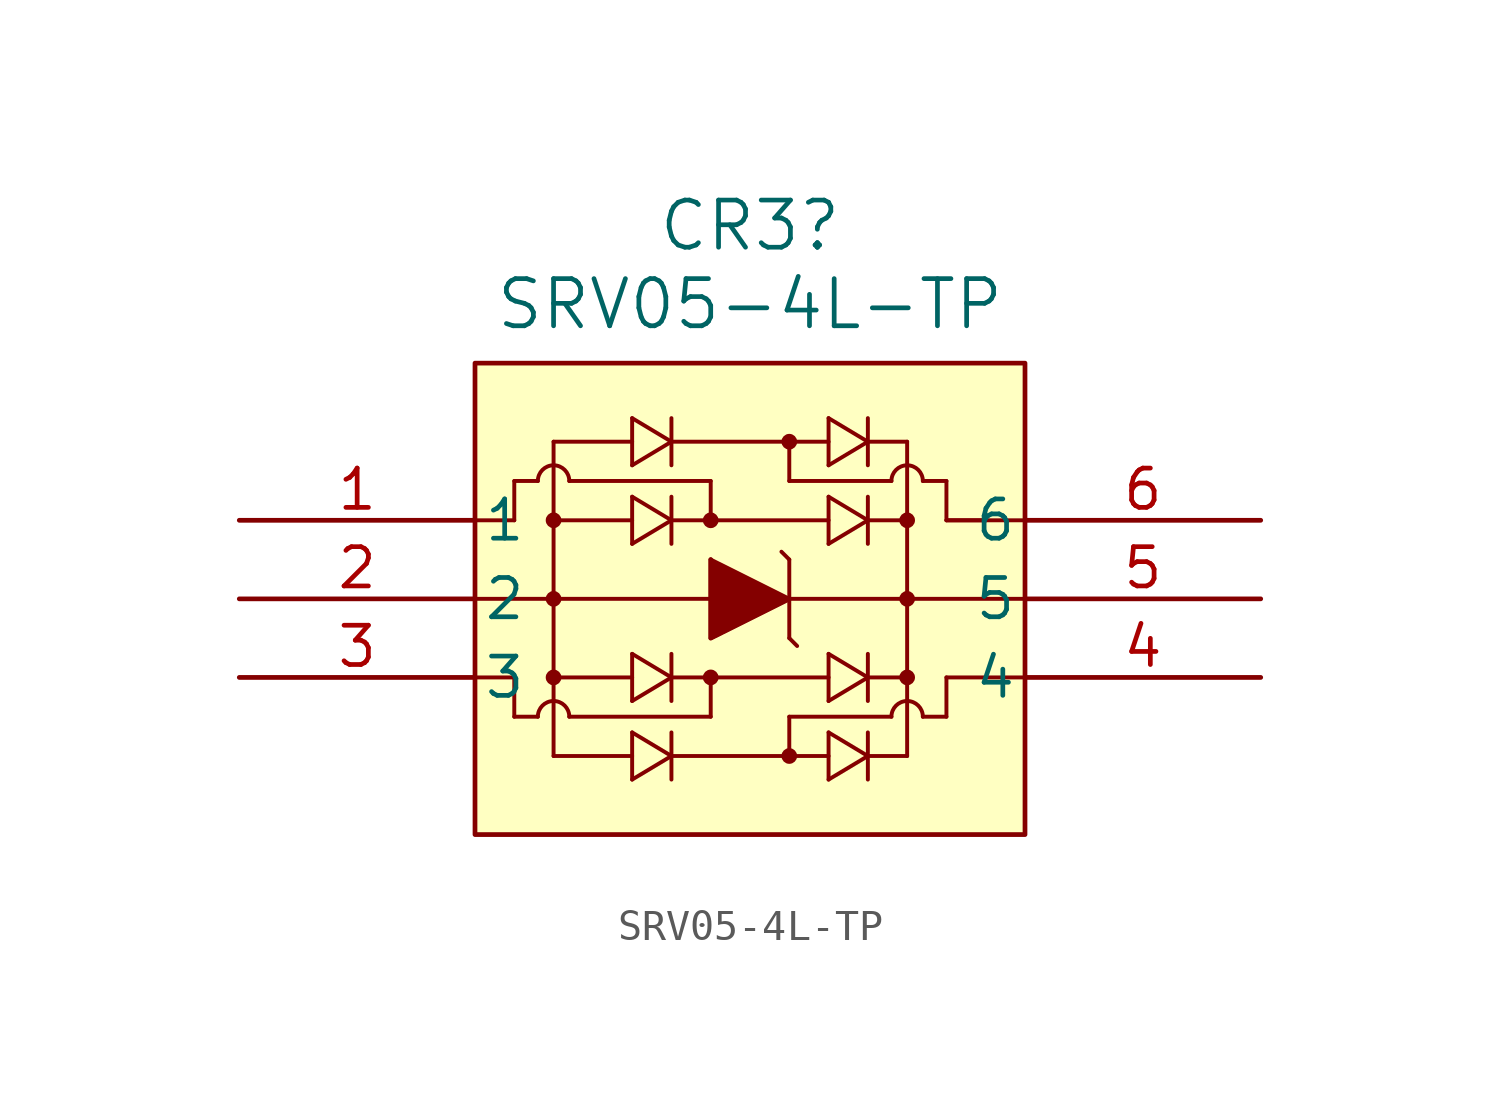
<source format=kicad_sym>
(kicad_symbol_lib
  (version 20220914)
  (generator kicad_symbol_editor)
  (symbol "SRV05-4L-TP"
    (pin_names
      (offset 0.254))
    (property "Reference" "CR3"
      (at 1.27 9.525 0)
      (effects (font (size 1.524 1.524))))
    (property "Value" "SRV05-4L-TP"
      (at 1.27 6.985 0)
      (effects (font (size 1.524 1.524))))
    (property "ki_locked" ""
      (at 0 0 0)
      (effects (font (size 1.27 1.27))))
    (symbol "SRV05-4L-TP_0_1"
      (circle (center -5.08 -5.08) (radius 0.127) (stroke (width 0.254) (type default)) (fill (type none)))
      (circle (center -5.08 -2.54) (radius 0.127) (stroke (width 0.254) (type default)) (fill (type none)))
      (circle (center -5.08 0) (radius 0.127) (stroke (width 0.254) (type default)) (fill (type none)))
      (arc (start -4.572 -6.35) (mid -5.08 -5.8442) (end -5.588 -6.35) (stroke (width 0.127) (type default)) (fill (type none)))
      (arc (start -4.572 1.27) (mid -5.08 1.7758) (end -5.588 1.27) (stroke (width 0.127) (type default)) (fill (type none)))
      (circle (center 0 -5.08) (radius 0.127) (stroke (width 0.254) (type default)) (fill (type none)))
      (polyline (pts (xy -7.62 -5.08) (xy -6.35 -5.08)) (stroke (width 0.127) (type default)) (fill (type none)))
      (polyline (pts (xy -7.62 -2.54) (xy 10.16 -2.54)) (stroke (width 0.127) (type default)) (fill (type none)))
      (polyline (pts (xy -7.62 0) (xy -6.35 0)) (stroke (width 0.127) (type default)) (fill (type none)))
      (polyline (pts (xy -6.35 -6.35) (xy -5.588 -6.35)) (stroke (width 0.127) (type default)) (fill (type none)))
      (polyline (pts (xy -6.35 -5.08) (xy -6.35 -6.35)) (stroke (width 0.127) (type default)) (fill (type none)))
      (polyline (pts (xy -6.35 0) (xy -6.35 1.27)) (stroke (width 0.127) (type default)) (fill (type none)))
      (polyline (pts (xy -6.35 1.27) (xy -5.588 1.27)) (stroke (width 0.127) (type default)) (fill (type none)))
      (polyline (pts (xy -5.08 -5.08) (xy -2.54 -5.08)) (stroke (width 0.127) (type default)) (fill (type none)))
      (polyline (pts (xy -5.08 2.54) (xy -5.08 -7.62)) (stroke (width 0.127) (type default)) (fill (type none)))
      (polyline (pts (xy -5.08 2.54) (xy -2.54 2.54)) (stroke (width 0.127) (type default)) (fill (type none)))
      (polyline (pts (xy -4.572 -6.35) (xy 0 -6.35)) (stroke (width 0.127) (type default)) (fill (type none)))
      (polyline (pts (xy -4.572 1.27) (xy 0 1.27)) (stroke (width 0.127) (type default)) (fill (type none)))
      (polyline (pts (xy -2.54 -8.382) (xy -1.27 -7.62)) (stroke (width 0.127) (type default)) (fill (type none)))
      (polyline (pts (xy -2.54 -7.62) (xy -5.08 -7.62)) (stroke (width 0.127) (type default)) (fill (type none)))
      (polyline (pts (xy -2.54 -6.858) (xy -2.54 -8.382)) (stroke (width 0.127) (type default)) (fill (type none)))
      (polyline (pts (xy -2.54 -5.842) (xy -1.27 -5.08)) (stroke (width 0.127) (type default)) (fill (type none)))
      (polyline (pts (xy -2.54 -4.318) (xy -2.54 -5.842)) (stroke (width 0.127) (type default)) (fill (type none)))
      (polyline (pts (xy -2.54 -0.762) (xy -1.27 0)) (stroke (width 0.127) (type default)) (fill (type none)))
      (polyline (pts (xy -2.54 0) (xy -5.08 0)) (stroke (width 0.127) (type default)) (fill (type none)))
      (polyline (pts (xy -2.54 0.762) (xy -2.54 -0.762)) (stroke (width 0.127) (type default)) (fill (type none)))
      (polyline (pts (xy -2.54 1.778) (xy -1.27 2.54)) (stroke (width 0.127) (type default)) (fill (type none)))
      (polyline (pts (xy -2.54 3.302) (xy -2.54 1.778)) (stroke (width 0.127) (type default)) (fill (type none)))
      (polyline (pts (xy -1.27 -7.62) (xy -2.54 -6.858)) (stroke (width 0.127) (type default)) (fill (type none)))
      (polyline (pts (xy -1.27 -7.62) (xy 3.81 -7.62)) (stroke (width 0.127) (type default)) (fill (type none)))
      (polyline (pts (xy -1.27 -6.858) (xy -1.27 -8.382)) (stroke (width 0.127) (type default)) (fill (type none)))
      (polyline (pts (xy -1.27 -5.08) (xy -2.54 -4.318)) (stroke (width 0.127) (type default)) (fill (type none)))
      (polyline (pts (xy -1.27 -5.08) (xy 3.81 -5.08)) (stroke (width 0.127) (type default)) (fill (type none)))
      (polyline (pts (xy -1.27 -4.318) (xy -1.27 -5.842)) (stroke (width 0.127) (type default)) (fill (type none)))
      (polyline (pts (xy -1.27 0) (xy -2.54 0.762)) (stroke (width 0.127) (type default)) (fill (type none)))
      (polyline (pts (xy -1.27 0) (xy 3.81 0)) (stroke (width 0.127) (type default)) (fill (type none)))
      (polyline (pts (xy -1.27 0.762) (xy -1.27 -0.762)) (stroke (width 0.127) (type default)) (fill (type none)))
      (polyline (pts (xy -1.27 2.54) (xy -2.54 3.302)) (stroke (width 0.127) (type default)) (fill (type none)))
      (polyline (pts (xy -1.27 2.54) (xy 3.81 2.54)) (stroke (width 0.127) (type default)) (fill (type none)))
      (polyline (pts (xy -1.27 3.302) (xy -1.27 1.778)) (stroke (width 0.127) (type default)) (fill (type none)))
      (polyline (pts (xy 0 -6.35) (xy 0 -5.08)) (stroke (width 0.127) (type default)) (fill (type none)))
      (polyline (pts (xy 0 -3.81) (xy 2.54 -2.54)) (stroke (width 0.127) (type default)) (fill (type none)))
      (polyline (pts (xy 0 -1.27) (xy 0 -3.81)) (stroke (width 0.127) (type default)) (fill (type none)))
      (polyline (pts (xy 0 1.27) (xy 0 0)) (stroke (width 0.127) (type default)) (fill (type none)))
      (polyline (pts (xy 2.54 -6.35) (xy 2.54 -7.62)) (stroke (width 0.127) (type default)) (fill (type none)))
      (polyline (pts (xy 2.54 -6.35) (xy 5.842 -6.35)) (stroke (width 0.127) (type default)) (fill (type none)))
      (polyline (pts (xy 2.54 -3.81) (xy 2.794 -4.064)) (stroke (width 0.127) (type default)) (fill (type none)))
      (polyline (pts (xy 2.54 -2.54) (xy 0 -1.27)) (stroke (width 0.127) (type default)) (fill (type none)))
      (polyline (pts (xy 2.54 -1.27) (xy 2.286 -1.016)) (stroke (width 0.127) (type default)) (fill (type none)))
      (polyline (pts (xy 2.54 -1.27) (xy 2.54 -3.81)) (stroke (width 0.127) (type default)) (fill (type none)))
      (polyline (pts (xy 2.54 1.27) (xy 2.54 2.54)) (stroke (width 0.127) (type default)) (fill (type none)))
      (polyline (pts (xy 3.81 -8.382) (xy 3.81 -6.858)) (stroke (width 0.127) (type default)) (fill (type none)))
      (polyline (pts (xy 3.81 -6.858) (xy 5.08 -7.62)) (stroke (width 0.127) (type default)) (fill (type none)))
      (polyline (pts (xy 3.81 -5.842) (xy 3.81 -4.318)) (stroke (width 0.127) (type default)) (fill (type none)))
      (polyline (pts (xy 3.81 -4.318) (xy 5.08 -5.08)) (stroke (width 0.127) (type default)) (fill (type none)))
      (polyline (pts (xy 3.81 -0.762) (xy 3.81 0.762)) (stroke (width 0.127) (type default)) (fill (type none)))
      (polyline (pts (xy 3.81 0.762) (xy 5.08 0)) (stroke (width 0.127) (type default)) (fill (type none)))
      (polyline (pts (xy 3.81 1.778) (xy 3.81 3.302)) (stroke (width 0.127) (type default)) (fill (type none)))
      (polyline (pts (xy 3.81 3.302) (xy 5.08 2.54)) (stroke (width 0.127) (type default)) (fill (type none)))
      (polyline (pts (xy 5.08 -8.382) (xy 5.08 -6.858)) (stroke (width 0.127) (type default)) (fill (type none)))
      (polyline (pts (xy 5.08 -7.62) (xy 3.81 -8.382)) (stroke (width 0.127) (type default)) (fill (type none)))
      (polyline (pts (xy 5.08 -5.842) (xy 5.08 -4.318)) (stroke (width 0.127) (type default)) (fill (type none)))
      (polyline (pts (xy 5.08 -5.08) (xy 3.81 -5.842)) (stroke (width 0.127) (type default)) (fill (type none)))
      (polyline (pts (xy 5.08 -5.08) (xy 6.35 -5.08)) (stroke (width 0.127) (type default)) (fill (type none)))
      (polyline (pts (xy 5.08 -0.762) (xy 5.08 0.762)) (stroke (width 0.127) (type default)) (fill (type none)))
      (polyline (pts (xy 5.08 0) (xy 3.81 -0.762)) (stroke (width 0.127) (type default)) (fill (type none)))
      (polyline (pts (xy 5.08 0) (xy 6.35 0)) (stroke (width 0.127) (type default)) (fill (type none)))
      (polyline (pts (xy 5.08 1.778) (xy 5.08 3.302)) (stroke (width 0.127) (type default)) (fill (type none)))
      (polyline (pts (xy 5.08 2.54) (xy 3.81 1.778)) (stroke (width 0.127) (type default)) (fill (type none)))
      (polyline (pts (xy 5.08 2.54) (xy 6.35 2.54)) (stroke (width 0.127) (type default)) (fill (type none)))
      (polyline (pts (xy 5.842 1.27) (xy 2.54 1.27)) (stroke (width 0.127) (type default)) (fill (type none)))
      (polyline (pts (xy 6.35 -7.62) (xy 5.08 -7.62)) (stroke (width 0.127) (type default)) (fill (type none)))
      (polyline (pts (xy 6.35 2.54) (xy 6.35 -7.62)) (stroke (width 0.127) (type default)) (fill (type none)))
      (polyline (pts (xy 6.858 1.27) (xy 7.62 1.27)) (stroke (width 0.127) (type default)) (fill (type none)))
      (polyline (pts (xy 7.62 -6.35) (xy 6.858 -6.35)) (stroke (width 0.127) (type default)) (fill (type none)))
      (polyline (pts (xy 7.62 -5.08) (xy 7.62 -6.35)) (stroke (width 0.127) (type default)) (fill (type none)))
      (polyline (pts (xy 7.62 -5.08) (xy 10.16 -5.08)) (stroke (width 0.127) (type default)) (fill (type none)))
      (polyline (pts (xy 7.62 0) (xy 7.62 1.27)) (stroke (width 0.127) (type default)) (fill (type none)))
      (polyline (pts (xy 7.62 0) (xy 10.16 0)) (stroke (width 0.127) (type default)) (fill (type none)))
      (polyline (pts (xy 8.89 0) (xy 7.62 0)) (stroke (width 0.127) (type default)) (fill (type none)))
      (polyline (pts (xy 0 -1.27) (xy 0 -3.81) (xy 2.54 -2.54)) (stroke (width 0) (type default)) (fill (type outline)))
      (circle (center 0 0) (radius 0.127) (stroke (width 0.254) (type default)) (fill (type none)))
      (circle (center 2.54 -7.62) (radius 0.127) (stroke (width 0.254) (type default)) (fill (type none)))
      (circle (center 2.54 2.54) (radius 0.127) (stroke (width 0.254) (type default)) (fill (type none)))
      (circle (center 6.35 -5.08) (radius 0.127) (stroke (width 0.254) (type default)) (fill (type none)))
      (circle (center 6.35 -2.54) (radius 0.127) (stroke (width 0.254) (type default)) (fill (type none)))
      (circle (center 6.35 0) (radius 0.127) (stroke (width 0.254) (type default)) (fill (type none)))
      (arc (start 6.858 -6.35) (mid 6.35 -5.8442) (end 5.842 -6.35) (stroke (width 0.127) (type default)) (fill (type none)))
      (arc (start 6.858 1.27) (mid 6.35 1.7758) (end 5.842 1.27) (stroke (width 0.127) (type default)) (fill (type none)))
      (pin unspecified line (at -15.24 0 0) (length 7.62) (name "1" (effects (font (size 1.27 1.27)))) (number "1" (effects (font (size 1.27 1.27)))))
      (pin unspecified line (at -15.24 -2.54 0) (length 7.62) (name "2" (effects (font (size 1.27 1.27)))) (number "2" (effects (font (size 1.27 1.27)))))
      (pin unspecified line (at -15.24 -5.08 0) (length 7.62) (name "3" (effects (font (size 1.27 1.27)))) (number "3" (effects (font (size 1.27 1.27)))))
      (pin unspecified line (at 17.78 -5.08 180) (length 7.62) (name "4" (effects (font (size 1.27 1.27)))) (number "4" (effects (font (size 1.27 1.27)))))
      (pin unspecified line (at 17.78 -2.54 180) (length 7.62) (name "5" (effects (font (size 1.27 1.27)))) (number "5" (effects (font (size 1.27 1.27)))))
      (pin unspecified line (at 17.78 0 180) (length 7.62) (name "6" (effects (font (size 1.27 1.27)))) (number "6" (effects (font (size 1.27 1.27))))))
    (symbol "SRV05-4L-TP_1_1"
      (rectangle (start -7.62 5.08) (end 10.16 -10.16) (stroke (width 0) (type default)) (fill (type background))))))
</source>
